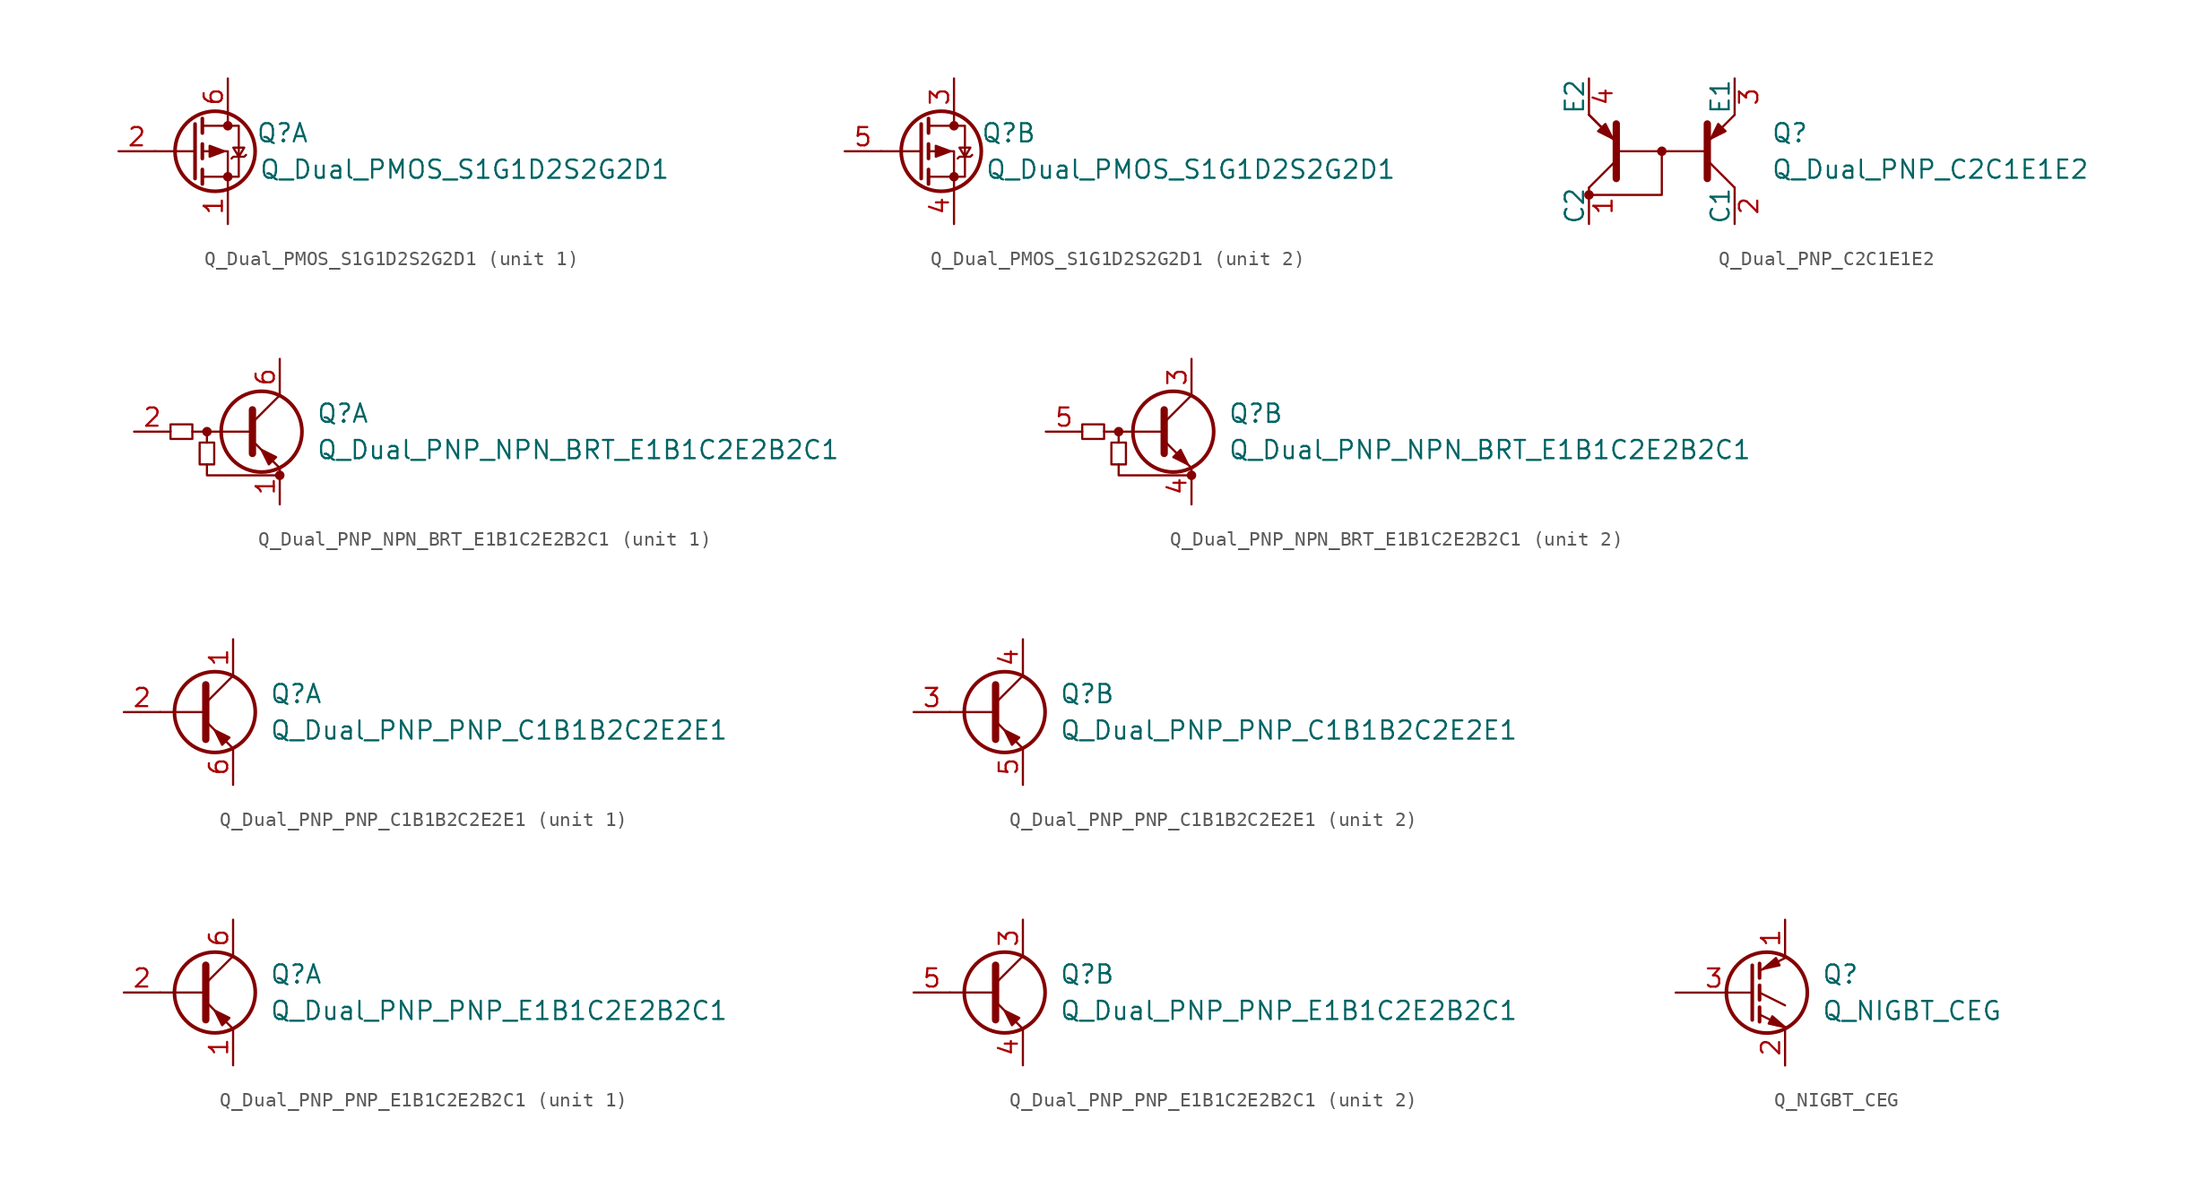
<source format=kicad_sym>
(kicad_symbol_lib
  (version 20211014)
  (generator kicad_symbol_editor)
  (symbol "Q_Dual_PMOS_S1G1D2S2G2D1"
    (pin_names
      (offset 0) hide)
    (property "Reference" "Q"
      (at 6.35 1.27 0)
      (effects (font (size 1.27 1.27))))
    (property "Value" "Q_Dual_PMOS_S1G1D2S2G2D1"
      (at 19.05 -1.27 0)
      (effects (font (size 1.27 1.27))))
    (symbol "Q_Dual_PMOS_S1G1D2S2G2D1_0_1"
      (polyline (pts (xy 0.254 0) (xy -2.54 0)) (stroke (width 0) (type default) (color 0 0 0 0)) (fill (type none)))
      (polyline (pts (xy 0.254 1.905) (xy 0.254 -1.905)) (stroke (width 0.254) (type default) (color 0 0 0 0)) (fill (type none)))
      (polyline (pts (xy 0.762 -1.27) (xy 0.762 -2.286)) (stroke (width 0.254) (type default) (color 0 0 0 0)) (fill (type none)))
      (polyline (pts (xy 0.762 0.508) (xy 0.762 -0.508)) (stroke (width 0.254) (type default) (color 0 0 0 0)) (fill (type none)))
      (polyline (pts (xy 0.762 2.286) (xy 0.762 1.27)) (stroke (width 0.254) (type default) (color 0 0 0 0)) (fill (type none)))
      (polyline (pts (xy 2.54 2.54) (xy 2.54 1.778)) (stroke (width 0) (type default) (color 0 0 0 0)) (fill (type none)))
      (polyline (pts (xy 2.54 -2.54) (xy 2.54 0) (xy 0.762 0)) (stroke (width 0) (type default) (color 0 0 0 0)) (fill (type none)))
      (polyline (pts (xy 0.762 1.778) (xy 3.302 1.778) (xy 3.302 -1.778) (xy 0.762 -1.778)) (stroke (width 0) (type default) (color 0 0 0 0)) (fill (type none)))
      (polyline (pts (xy 2.286 0) (xy 1.27 0.381) (xy 1.27 -0.381) (xy 2.286 0)) (stroke (width 0) (type default) (color 0 0 0 0)) (fill (type outline)))
      (polyline (pts (xy 2.794 -0.508) (xy 2.921 -0.381) (xy 3.683 -0.381) (xy 3.81 -0.254)) (stroke (width 0) (type default) (color 0 0 0 0)) (fill (type none)))
      (polyline (pts (xy 3.302 -0.381) (xy 2.921 0.254) (xy 3.683 0.254) (xy 3.302 -0.381)) (stroke (width 0) (type default) (color 0 0 0 0)) (fill (type none)))
      (circle (center 1.651 0) (radius 2.794) (stroke (width 0.254) (type default) (color 0 0 0 0)) (fill (type none)))
      (circle (center 2.54 -1.778) (radius 0.254) (stroke (width 0) (type default) (color 0 0 0 0)) (fill (type outline)))
      (circle (center 2.54 1.778) (radius 0.254) (stroke (width 0) (type default) (color 0 0 0 0)) (fill (type outline))))
    (symbol "Q_Dual_PMOS_S1G1D2S2G2D1_1_1"
      (pin passive line (at 2.54 -5.08 90) (length 2.54) (name "S" (effects (font (size 1.27 1.27)))) (number "1" (effects (font (size 1.27 1.27)))))
      (pin input line (at -5.08 0 0) (length 2.54) (name "G" (effects (font (size 1.27 1.27)))) (number "2" (effects (font (size 1.27 1.27)))))
      (pin passive line (at 2.54 5.08 270) (length 2.54) (name "D" (effects (font (size 1.27 1.27)))) (number "6" (effects (font (size 1.27 1.27))))))
    (symbol "Q_Dual_PMOS_S1G1D2S2G2D1_2_1"
      (pin passive line (at 2.54 5.08 270) (length 2.54) (name "D" (effects (font (size 1.27 1.27)))) (number "3" (effects (font (size 1.27 1.27)))))
      (pin passive line (at 2.54 -5.08 90) (length 2.54) (name "S" (effects (font (size 1.27 1.27)))) (number "4" (effects (font (size 1.27 1.27)))))
      (pin input line (at -5.08 0 0) (length 2.54) (name "G" (effects (font (size 1.27 1.27)))) (number "5" (effects (font (size 1.27 1.27)))))))
  (symbol "Q_Dual_PNP_C2C1E1E2"
    (pin_names
      (offset 0))
    (property "Reference" "Q"
      (at 7.62 1.27 0)
      (effects (font (size 1.27 1.27)) (justify left)))
    (property "Value" "Q_Dual_PNP_C2C1E1E2"
      (at 7.62 -1.27 0)
      (effects (font (size 1.27 1.27)) (justify left)))
    (symbol "Q_Dual_PNP_C2C1E1E2_0_1"
      (circle (center -5.08 -3.048) (radius 0.254) (stroke (width 0) (type default) (color 0 0 0 0)) (fill (type outline)))
      (polyline (pts (xy -5.08 -2.54) (xy -3.175 -0.635)) (stroke (width 0) (type default) (color 0 0 0 0)) (fill (type none)))
      (polyline (pts (xy -5.08 2.54) (xy -3.175 0.635)) (stroke (width 0) (type default) (color 0 0 0 0)) (fill (type none)))
      (polyline (pts (xy -5.08 2.54) (xy -3.175 0.635)) (stroke (width 0) (type default) (color 0 0 0 0)) (fill (type none)))
      (polyline (pts (xy 3.175 0) (xy -3.175 0)) (stroke (width 0) (type default) (color 0 0 0 0)) (fill (type none)))
      (polyline (pts (xy 5.08 -2.54) (xy 3.175 -0.635)) (stroke (width 0) (type default) (color 0 0 0 0)) (fill (type none)))
      (polyline (pts (xy 5.08 2.54) (xy 3.175 0.635)) (stroke (width 0) (type default) (color 0 0 0 0)) (fill (type none)))
      (polyline (pts (xy -3.175 -1.905) (xy -3.175 1.905) (xy -3.175 1.905)) (stroke (width 0.508) (type default) (color 0 0 0 0)) (fill (type outline)))
      (polyline (pts (xy 0 0) (xy 0 -3.048) (xy -5.08 -3.048)) (stroke (width 0) (type default) (color 0 0 0 0)) (fill (type none)))
      (polyline (pts (xy 3.175 -1.905) (xy 3.175 1.905) (xy 3.175 1.905)) (stroke (width 0.508) (type default) (color 0 0 0 0)) (fill (type outline)))
      (polyline (pts (xy -3.937 1.905) (xy -4.445 1.397) (xy -3.429 0.889) (xy -3.937 1.905) (xy -3.937 1.905)) (stroke (width 0) (type default) (color 0 0 0 0)) (fill (type outline)))
      (polyline (pts (xy 3.937 1.905) (xy 4.445 1.397) (xy 3.429 0.889) (xy 3.937 1.905) (xy 3.937 1.905)) (stroke (width 0) (type default) (color 0 0 0 0)) (fill (type outline)))
      (circle (center 0 0) (radius 0.254) (stroke (width 0) (type default) (color 0 0 0 0)) (fill (type outline))))
    (symbol "Q_Dual_PNP_C2C1E1E2_1_1"
      (pin passive line (at -5.08 -5.08 90) (length 2.54) (name "C2" (effects (font (size 1.27 1.27)))) (number "1" (effects (font (size 1.27 1.27)))))
      (pin passive line (at 5.08 -5.08 90) (length 2.54) (name "C1" (effects (font (size 1.27 1.27)))) (number "2" (effects (font (size 1.27 1.27)))))
      (pin passive line (at 5.08 5.08 270) (length 2.54) (name "E1" (effects (font (size 1.27 1.27)))) (number "3" (effects (font (size 1.27 1.27)))))
      (pin passive line (at -5.08 5.08 270) (length 2.54) (name "E2" (effects (font (size 1.27 1.27)))) (number "4" (effects (font (size 1.27 1.27)))))))
  (symbol "Q_Dual_PNP_NPN_BRT_E1B1C2E2B2C1"
    (pin_names hide)
    (property "Reference" "Q"
      (at 3.81 1.27 0)
      (effects (font (size 1.27 1.27)) (justify left)))
    (property "Value" "Q_Dual_PNP_NPN_BRT_E1B1C2E2B2C1"
      (at 3.81 -1.27 0)
      (effects (font (size 1.27 1.27)) (justify left)))
    (symbol "Q_Dual_PNP_NPN_BRT_E1B1C2E2B2C1_0_1"
      (rectangle (start -6.35 0.508) (end -4.826 -0.508) (stroke (width 0) (type default) (color 0 0 0 0)) (fill (type none)))
      (rectangle (start -4.318 -2.286) (end -3.302 -0.762) (stroke (width 0) (type default) (color 0 0 0 0)) (fill (type none)))
      (circle (center -3.81 0) (radius 0.254) (stroke (width 0) (type default) (color 0 0 0 0)) (fill (type outline)))
      (polyline (pts (xy -3.81 -0.762) (xy -3.81 0)) (stroke (width 0) (type default) (color 0 0 0 0)) (fill (type none)))
      (polyline (pts (xy -0.762 0) (xy -4.826 0)) (stroke (width 0) (type default) (color 0 0 0 0)) (fill (type none)))
      (polyline (pts (xy -0.635 1.524) (xy -0.635 -1.524)) (stroke (width 0.508) (type default) (color 0 0 0 0)) (fill (type none)))
      (polyline (pts (xy -3.81 -2.286) (xy -3.81 -3.048) (xy 1.27 -3.048)) (stroke (width 0) (type default) (color 0 0 0 0)) (fill (type none)))
      (circle (center 1.27 -3.048) (radius 0.254) (stroke (width 0) (type default) (color 0 0 0 0)) (fill (type outline))))
    (symbol "Q_Dual_PNP_NPN_BRT_E1B1C2E2B2C1_1_1"
      (polyline (pts (xy -0.635 0.635) (xy 1.27 2.54)) (stroke (width 0) (type default) (color 0 0 0 0)) (fill (type none)))
      (polyline (pts (xy -0.635 -0.635) (xy 1.27 -2.54) (xy 1.27 -2.54)) (stroke (width 0) (type default) (color 0 0 0 0)) (fill (type none)))
      (polyline (pts (xy 1.016 -1.778) (xy 0.508 -2.286) (xy 0 -1.27) (xy 1.016 -1.778) (xy 1.016 -1.778)) (stroke (width 0) (type default) (color 0 0 0 0)) (fill (type outline)))
      (circle (center 0 0) (radius 2.819) (stroke (width 0.254) (type default) (color 0 0 0 0)) (fill (type none)))
      (pin passive line (at 1.27 -5.08 90) (length 2.54) (name "E1" (effects (font (size 1.27 1.27)))) (number "1" (effects (font (size 1.27 1.27)))))
      (pin input line (at -8.89 0 0) (length 2.54) (name "B1" (effects (font (size 1.27 1.27)))) (number "2" (effects (font (size 1.27 1.27)))))
      (pin passive line (at 1.27 5.08 270) (length 2.54) (name "C1" (effects (font (size 1.27 1.27)))) (number "6" (effects (font (size 1.27 1.27))))))
    (symbol "Q_Dual_PNP_NPN_BRT_E1B1C2E2B2C1_2_1"
      (polyline (pts (xy -0.635 0.635) (xy 1.27 2.54)) (stroke (width 0) (type default) (color 0 0 0 0)) (fill (type none)))
      (polyline (pts (xy -0.635 -0.635) (xy 1.27 -2.54) (xy 1.27 -2.54)) (stroke (width 0) (type default) (color 0 0 0 0)) (fill (type none)))
      (polyline (pts (xy 0 -1.778) (xy 0.508 -1.27) (xy 1.016 -2.286) (xy 0 -1.778) (xy 0 -1.778)) (stroke (width 0) (type default) (color 0 0 0 0)) (fill (type outline)))
      (circle (center 0 0) (radius 2.819) (stroke (width 0.254) (type default) (color 0 0 0 0)) (fill (type none)))
      (pin passive line (at 1.27 5.08 270) (length 2.54) (name "C1" (effects (font (size 1.27 1.27)))) (number "3" (effects (font (size 1.27 1.27)))))
      (pin passive line (at 1.27 -5.08 90) (length 2.54) (name "E1" (effects (font (size 1.27 1.27)))) (number "4" (effects (font (size 1.27 1.27)))))
      (pin input line (at -8.89 0 0) (length 2.54) (name "B1" (effects (font (size 1.27 1.27)))) (number "5" (effects (font (size 1.27 1.27)))))))
  (symbol "Q_Dual_PNP_PNP_C1B1B2C2E2E1"
    (pin_names
      (offset 0) hide)
    (property "Reference" "Q"
      (at 5.08 1.27 0)
      (effects (font (size 1.27 1.27)) (justify left)))
    (property "Value" "Q_Dual_PNP_PNP_C1B1B2C2E2E1"
      (at 5.08 -1.27 0)
      (effects (font (size 1.27 1.27)) (justify left)))
    (property "ki_locked" ""
      (at 0 0 0)
      (effects (font (size 1.27 1.27))))
    (symbol "Q_Dual_PNP_PNP_C1B1B2C2E2E1_0_1"
      (polyline (pts (xy 0.635 0) (xy -2.54 0)) (stroke (width 0) (type default) (color 0 0 0 0)) (fill (type none)))
      (polyline (pts (xy 0.635 0.635) (xy 2.54 2.54)) (stroke (width 0) (type default) (color 0 0 0 0)) (fill (type none)))
      (polyline (pts (xy 0.635 -0.635) (xy 2.54 -2.54) (xy 2.54 -2.54)) (stroke (width 0) (type default) (color 0 0 0 0)) (fill (type none)))
      (polyline (pts (xy 0.635 1.905) (xy 0.635 -1.905) (xy 0.635 -1.905)) (stroke (width 0.508) (type default) (color 0 0 0 0)) (fill (type none)))
      (polyline (pts (xy 2.286 -1.778) (xy 1.778 -2.286) (xy 1.27 -1.27) (xy 2.286 -1.778) (xy 2.286 -1.778)) (stroke (width 0) (type default) (color 0 0 0 0)) (fill (type outline)))
      (circle (center 1.27 0) (radius 2.819) (stroke (width 0.254) (type default) (color 0 0 0 0)) (fill (type none))))
    (symbol "Q_Dual_PNP_PNP_C1B1B2C2E2E1_1_1"
      (pin passive line (at 2.54 5.08 270) (length 2.54) (name "C1" (effects (font (size 1.27 1.27)))) (number "1" (effects (font (size 1.27 1.27)))))
      (pin input line (at -5.08 0 0) (length 2.54) (name "B1" (effects (font (size 1.27 1.27)))) (number "2" (effects (font (size 1.27 1.27)))))
      (pin passive line (at 2.54 -5.08 90) (length 2.54) (name "E1" (effects (font (size 1.27 1.27)))) (number "6" (effects (font (size 1.27 1.27))))))
    (symbol "Q_Dual_PNP_PNP_C1B1B2C2E2E1_2_1"
      (pin input line (at -5.08 0 0) (length 2.54) (name "B2" (effects (font (size 1.27 1.27)))) (number "3" (effects (font (size 1.27 1.27)))))
      (pin passive line (at 2.54 5.08 270) (length 2.54) (name "C2" (effects (font (size 1.27 1.27)))) (number "4" (effects (font (size 1.27 1.27)))))
      (pin passive line (at 2.54 -5.08 90) (length 2.54) (name "E2" (effects (font (size 1.27 1.27)))) (number "5" (effects (font (size 1.27 1.27)))))))
  (symbol "Q_Dual_PNP_PNP_E1B1C2E2B2C1"
    (pin_names
      (offset 0) hide)
    (property "Reference" "Q"
      (at 5.08 1.27 0)
      (effects (font (size 1.27 1.27)) (justify left)))
    (property "Value" "Q_Dual_PNP_PNP_E1B1C2E2B2C1"
      (at 5.08 -1.27 0)
      (effects (font (size 1.27 1.27)) (justify left)))
    (property "ki_locked" ""
      (at 0 0 0)
      (effects (font (size 1.27 1.27))))
    (symbol "Q_Dual_PNP_PNP_E1B1C2E2B2C1_0_1"
      (polyline (pts (xy 0.635 0) (xy -2.54 0)) (stroke (width 0) (type default) (color 0 0 0 0)) (fill (type none)))
      (polyline (pts (xy 0.635 0.635) (xy 2.54 2.54)) (stroke (width 0) (type default) (color 0 0 0 0)) (fill (type none)))
      (polyline (pts (xy 0.635 -0.635) (xy 2.54 -2.54) (xy 2.54 -2.54)) (stroke (width 0) (type default) (color 0 0 0 0)) (fill (type none)))
      (polyline (pts (xy 0.635 1.905) (xy 0.635 -1.905) (xy 0.635 -1.905)) (stroke (width 0.508) (type default) (color 0 0 0 0)) (fill (type none)))
      (polyline (pts (xy 2.286 -1.778) (xy 1.778 -2.286) (xy 1.27 -1.27) (xy 2.286 -1.778) (xy 2.286 -1.778)) (stroke (width 0) (type default) (color 0 0 0 0)) (fill (type outline)))
      (circle (center 1.27 0) (radius 2.819) (stroke (width 0.254) (type default) (color 0 0 0 0)) (fill (type none))))
    (symbol "Q_Dual_PNP_PNP_E1B1C2E2B2C1_1_1"
      (pin passive line (at 2.54 -5.08 90) (length 2.54) (name "E1" (effects (font (size 1.27 1.27)))) (number "1" (effects (font (size 1.27 1.27)))))
      (pin input line (at -5.08 0 0) (length 2.54) (name "B1" (effects (font (size 1.27 1.27)))) (number "2" (effects (font (size 1.27 1.27)))))
      (pin passive line (at 2.54 5.08 270) (length 2.54) (name "C1" (effects (font (size 1.27 1.27)))) (number "6" (effects (font (size 1.27 1.27))))))
    (symbol "Q_Dual_PNP_PNP_E1B1C2E2B2C1_2_1"
      (pin passive line (at 2.54 5.08 270) (length 2.54) (name "C2" (effects (font (size 1.27 1.27)))) (number "3" (effects (font (size 1.27 1.27)))))
      (pin passive line (at 2.54 -5.08 90) (length 2.54) (name "E2" (effects (font (size 1.27 1.27)))) (number "4" (effects (font (size 1.27 1.27)))))
      (pin input line (at -5.08 0 0) (length 2.54) (name "B2" (effects (font (size 1.27 1.27)))) (number "5" (effects (font (size 1.27 1.27)))))))
  (symbol "Q_NIGBT_CEG"
    (pin_names
      (offset 0) hide)
    (property "Reference" "Q"
      (at 5.08 1.27 0)
      (effects (font (size 1.27 1.27)) (justify left)))
    (property "Value" "Q_NIGBT_CEG"
      (at 5.08 -1.27 0)
      (effects (font (size 1.27 1.27)) (justify left)))
    (symbol "Q_NIGBT_CEG_0_1"
      (polyline (pts (xy 0.762 -1.016) (xy 0.762 -2.032)) (stroke (width 0.254) (type default) (color 0 0 0 0)) (fill (type none)))
      (polyline (pts (xy 0.762 0.508) (xy 0.762 -0.508)) (stroke (width 0.254) (type default) (color 0 0 0 0)) (fill (type none)))
      (polyline (pts (xy 0.762 2.032) (xy 0.762 1.016)) (stroke (width 0.254) (type default) (color 0 0 0 0)) (fill (type none)))
      (polyline (pts (xy 2.54 -2.413) (xy 0.762 -1.524)) (stroke (width 0) (type default) (color 0 0 0 0)) (fill (type none)))
      (polyline (pts (xy 2.54 -0.889) (xy 0.762 0)) (stroke (width 0) (type default) (color 0 0 0 0)) (fill (type none)))
      (polyline (pts (xy 2.54 2.413) (xy 0.762 1.524)) (stroke (width 0) (type default) (color 0 0 0 0)) (fill (type none)))
      (polyline (pts (xy 0.254 1.905) (xy 0.254 -1.905) (xy 0.254 -1.905)) (stroke (width 0.254) (type default) (color 0 0 0 0)) (fill (type none)))
      (polyline (pts (xy 1.397 -2.159) (xy 1.651 -1.651) (xy 2.54 -2.413) (xy 1.397 -2.159)) (stroke (width 0) (type default) (color 0 0 0 0)) (fill (type outline)))
      (polyline (pts (xy 2.159 1.905) (xy 1.905 2.413) (xy 1.016 1.651) (xy 2.159 1.905)) (stroke (width 0) (type default) (color 0 0 0 0)) (fill (type outline)))
      (circle (center 1.27 0) (radius 2.819) (stroke (width 0.254) (type default) (color 0 0 0 0)) (fill (type none))))
    (symbol "Q_NIGBT_CEG_1_1"
      (pin passive line (at 2.54 5.08 270) (length 2.54) (name "C" (effects (font (size 1.27 1.27)))) (number "1" (effects (font (size 1.27 1.27)))))
      (pin passive line (at 2.54 -5.08 90) (length 2.54) (name "E" (effects (font (size 1.27 1.27)))) (number "2" (effects (font (size 1.27 1.27)))))
      (pin input line (at -5.08 0 0) (length 5.334) (name "G" (effects (font (size 1.27 1.27)))) (number "3" (effects (font (size 1.27 1.27))))))))
</source>
